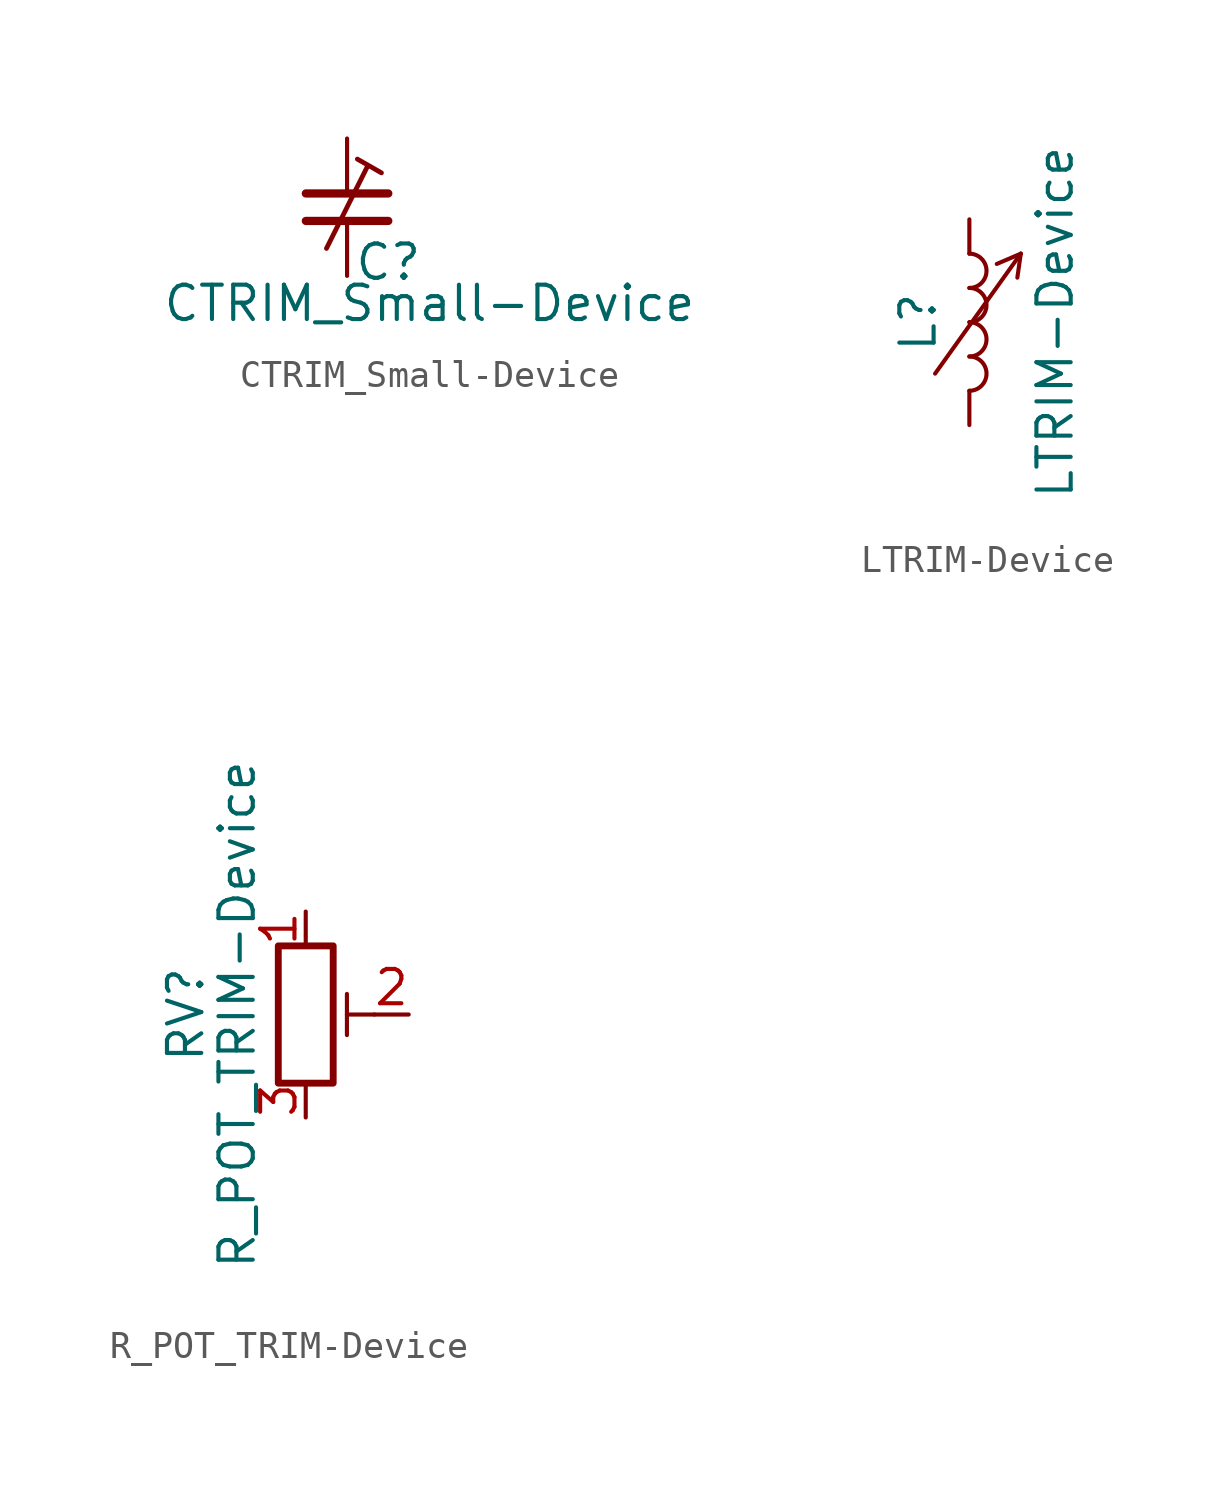
<source format=kicad_sym>
(kicad_symbol_lib
  (version 20211014)
  (generator kicad_symbol_editor)
  (symbol "CTRIM_Small-Device"
    (pin_numbers hide)
    (pin_names
      (offset 0.254) hide)
    (property "Reference" "C"
      (at 1.524 -2.032 0)
      (effects (font (size 1.27 1.27))))
    (property "Value" "CTRIM_Small-Device"
      (at 3.048 -3.556 0)
      (effects (font (size 1.27 1.27))))
    (symbol "CTRIM_Small-Device_0_1"
      (polyline (pts (xy -1.524 -0.508) (xy 1.524 -0.508)) (stroke (width 0.305) (type default) (color 0 0 0 0)) (fill (type none)))
      (polyline (pts (xy -1.524 0.508) (xy 1.524 0.508)) (stroke (width 0.305) (type default) (color 0 0 0 0)) (fill (type none)))
      (polyline (pts (xy 0.762 1.524) (xy -0.762 -1.524)) (stroke (width 0.178) (type default) (color 0 0 0 0)) (fill (type none)))
      (polyline (pts (xy 1.27 1.27) (xy 0.381 1.778)) (stroke (width 0.178) (type default) (color 0 0 0 0)) (fill (type none))))
    (symbol "CTRIM_Small-Device_1_1"
      (pin passive line (at 0 2.54 270) (length 2.032) (name "~" (effects (font (size 1.27 1.27)))) (number "1" (effects (font (size 1.27 1.27)))))
      (pin passive line (at 0 -2.54 90) (length 2.032) (name "~" (effects (font (size 1.27 1.27)))) (number "2" (effects (font (size 1.27 1.27)))))))
  (symbol "LTRIM-Device"
    (pin_numbers hide)
    (pin_names
      (offset 1.016) hide)
    (property "Reference" "L"
      (at -1.905 0 90)
      (effects (font (size 1.27 1.27))))
    (property "Value" "LTRIM-Device"
      (at 3.175 0 90)
      (effects (font (size 1.27 1.27))))
    (symbol "LTRIM-Device_0_1"
      (arc (start 0 -2.54) (mid 0.635 -1.905) (end 0 -1.27) (stroke (width 0) (type default) (color 0 0 0 0)) (fill (type none)))
      (arc (start 0 -1.27) (mid 0.635 -0.635) (end 0 0) (stroke (width 0) (type default) (color 0 0 0 0)) (fill (type none)))
      (polyline (pts (xy -1.27 -1.905) (xy 1.905 2.54)) (stroke (width 0) (type default) (color 0 0 0 0)) (fill (type none)))
      (polyline (pts (xy 1.905 2.54) (xy 1.016 2.159)) (stroke (width 0) (type default) (color 0 0 0 0)) (fill (type none)))
      (polyline (pts (xy 1.905 2.54) (xy 1.778 1.651)) (stroke (width 0) (type default) (color 0 0 0 0)) (fill (type none)))
      (arc (start 0 0) (mid 0.635 0.635) (end 0 1.27) (stroke (width 0) (type default) (color 0 0 0 0)) (fill (type none)))
      (arc (start 0 1.27) (mid 0.635 1.905) (end 0 2.54) (stroke (width 0) (type default) (color 0 0 0 0)) (fill (type none))))
    (symbol "LTRIM-Device_1_1"
      (pin passive line (at 0 3.81 270) (length 1.27) (name "1" (effects (font (size 1.27 1.27)))) (number "1" (effects (font (size 1.27 1.27)))))
      (pin passive line (at 0 -3.81 90) (length 1.27) (name "2" (effects (font (size 1.27 1.27)))) (number "2" (effects (font (size 1.27 1.27)))))))
  (symbol "R_POT_TRIM-Device"
    (pin_names
      (offset 1.016) hide)
    (property "Reference" "RV"
      (at -4.445 0 90)
      (effects (font (size 1.27 1.27))))
    (property "Value" "R_POT_TRIM-Device"
      (at -2.54 0 90)
      (effects (font (size 1.27 1.27))))
    (symbol "R_POT_TRIM-Device_0_1"
      (polyline (pts (xy 1.524 0.762) (xy 1.524 -0.762)) (stroke (width 0) (type default) (color 0 0 0 0)) (fill (type none)))
      (polyline (pts (xy 2.54 0) (xy 1.524 0)) (stroke (width 0) (type default) (color 0 0 0 0)) (fill (type none)))
      (rectangle (start 1.016 2.54) (end -1.016 -2.54) (stroke (width 0.254) (type default) (color 0 0 0 0)) (fill (type none))))
    (symbol "R_POT_TRIM-Device_1_1"
      (pin passive line (at 0 3.81 270) (length 1.27) (name "1" (effects (font (size 1.27 1.27)))) (number "1" (effects (font (size 1.27 1.27)))))
      (pin passive line (at 3.81 0 180) (length 1.27) (name "2" (effects (font (size 1.27 1.27)))) (number "2" (effects (font (size 1.27 1.27)))))
      (pin passive line (at 0 -3.81 90) (length 1.27) (name "3" (effects (font (size 1.27 1.27)))) (number "3" (effects (font (size 1.27 1.27))))))))
</source>
